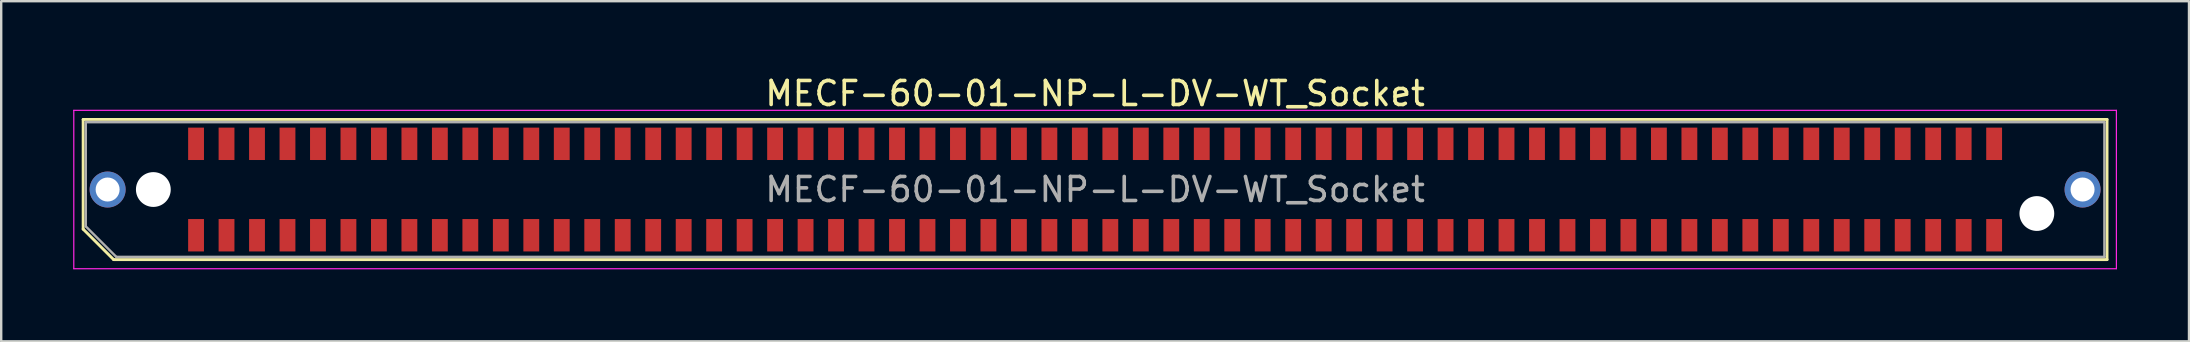
<source format=kicad_pcb>
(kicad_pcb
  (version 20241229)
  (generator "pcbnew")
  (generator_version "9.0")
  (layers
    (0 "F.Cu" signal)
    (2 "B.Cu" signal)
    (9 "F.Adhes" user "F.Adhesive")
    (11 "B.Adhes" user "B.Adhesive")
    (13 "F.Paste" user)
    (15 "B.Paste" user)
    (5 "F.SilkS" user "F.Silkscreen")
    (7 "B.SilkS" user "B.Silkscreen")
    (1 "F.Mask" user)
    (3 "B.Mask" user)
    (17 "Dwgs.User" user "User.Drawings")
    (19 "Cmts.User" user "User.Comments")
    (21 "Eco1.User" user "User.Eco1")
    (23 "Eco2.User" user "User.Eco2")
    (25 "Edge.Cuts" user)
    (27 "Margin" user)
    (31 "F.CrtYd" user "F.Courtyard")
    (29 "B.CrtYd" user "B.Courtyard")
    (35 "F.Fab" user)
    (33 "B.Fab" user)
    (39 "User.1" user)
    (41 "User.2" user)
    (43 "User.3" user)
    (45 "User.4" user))
  (footprint "MECF-60-01-NP-L-DV-WT_Socket"
    (layer "F.Cu")
    (at 42.585 4.848)
    (property "Reference" "MECF-60-01-NP-L-DV-WT_Socket" (at 0 -4 0) (layer "F.SilkS") (effects (font (size 1 1) (thickness 0.15))))
    (attr smd)
    (fp_line (start -42.17 -2.92) (end 42.17 -2.92) (stroke (width 0.12) (type solid)) (layer "F.SilkS"))
    (fp_line (start -42.17 1.65) (end -42.17 -2.92) (stroke (width 0.12) (type solid)) (layer "F.SilkS"))
    (fp_line (start -40.9 2.92) (end -42.17 1.65) (stroke (width 0.12) (type solid)) (layer "F.SilkS"))
    (fp_line (start -40.9 2.92) (end 42.17 2.92) (stroke (width 0.12) (type solid)) (layer "F.SilkS"))
    (fp_line (start 42.17 2.92) (end 42.17 -2.92) (stroke (width 0.12) (type solid)) (layer "F.SilkS"))
    (fp_line (start -42.56 -3.3) (end -42.56 3.3) (stroke (width 0.05) (type solid)) (layer "F.CrtYd"))
    (fp_line (start -42.56 3.3) (end 42.56 3.3) (stroke (width 0.05) (type solid)) (layer "F.CrtYd"))
    (fp_line (start 42.56 -3.3) (end -42.56 -3.3) (stroke (width 0.05) (type solid)) (layer "F.CrtYd"))
    (fp_line (start 42.56 3.3) (end 42.56 -3.3) (stroke (width 0.05) (type solid)) (layer "F.CrtYd"))
    (fp_line (start -42.06 -2.805) (end 42.06 -2.805) (stroke (width 0.1) (type solid)) (layer "F.Fab"))
    (fp_line (start -42.06 1.535) (end -42.06 -2.805) (stroke (width 0.1) (type solid)) (layer "F.Fab"))
    (fp_line (start -42.06 1.535) (end -40.79 2.805) (stroke (width 0.1) (type solid)) (layer "F.Fab"))
    (fp_line (start -40.79 2.805) (end 42.06 2.805) (stroke (width 0.1) (type solid)) (layer "F.Fab"))
    (fp_line (start 42.06 2.805) (end 42.06 -2.805) (stroke (width 0.1) (type solid)) (layer "F.Fab"))
    (fp_text user "${REFERENCE}" (at 0 0 0) (layer "F.Fab") (effects (font (size 1 1) (thickness 0.15))))
    (pad "" thru_hole circle (at -41.15 0) (size 1.5 1.5) (drill 1) (layers "*.Cu" "*.Mask"))
    (pad "" np_thru_hole circle (at -39.245 0) (size 1.45 1.45) (drill 1.45) (layers "*.Cu" "*.Mask"))
    (pad "" np_thru_hole circle (at 39.245 1) (size 1.45 1.45) (drill 1.45) (layers "*.Cu" "*.Mask"))
    (pad "" thru_hole circle (at 41.15 0) (size 1.5 1.5) (drill 1) (layers "*.Cu" "*.Mask"))
    (pad "1" smd rect (at -37.465 1.905) (size 0.66 1.35) (layers "F.Cu" "F.Mask" "F.Paste"))
    (pad "2" smd rect (at -37.465 -1.905) (size 0.66 1.35) (layers "F.Cu" "F.Mask" "F.Paste"))
    (pad "3" smd rect (at -36.195 1.905) (size 0.66 1.35) (layers "F.Cu" "F.Mask" "F.Paste"))
    (pad "4" smd rect (at -36.195 -1.905) (size 0.66 1.35) (layers "F.Cu" "F.Mask" "F.Paste"))
    (pad "5" smd rect (at -34.925 1.905) (size 0.66 1.35) (layers "F.Cu" "F.Mask" "F.Paste"))
    (pad "6" smd rect (at -34.925 -1.905) (size 0.66 1.35) (layers "F.Cu" "F.Mask" "F.Paste"))
    (pad "7" smd rect (at -33.655 1.905) (size 0.66 1.35) (layers "F.Cu" "F.Mask" "F.Paste"))
    (pad "8" smd rect (at -33.655 -1.905) (size 0.66 1.35) (layers "F.Cu" "F.Mask" "F.Paste"))
    (pad "9" smd rect (at -32.385 1.905) (size 0.66 1.35) (layers "F.Cu" "F.Mask" "F.Paste"))
    (pad "10" smd rect (at -32.385 -1.905) (size 0.66 1.35) (layers "F.Cu" "F.Mask" "F.Paste"))
    (pad "11" smd rect (at -31.115 1.905) (size 0.66 1.35) (layers "F.Cu" "F.Mask" "F.Paste"))
    (pad "12" smd rect (at -31.115 -1.905) (size 0.66 1.35) (layers "F.Cu" "F.Mask" "F.Paste"))
    (pad "13" smd rect (at -29.845 1.905) (size 0.66 1.35) (layers "F.Cu" "F.Mask" "F.Paste"))
    (pad "14" smd rect (at -29.845 -1.905) (size 0.66 1.35) (layers "F.Cu" "F.Mask" "F.Paste"))
    (pad "15" smd rect (at -28.575 1.905) (size 0.66 1.35) (layers "F.Cu" "F.Mask" "F.Paste"))
    (pad "16" smd rect (at -28.575 -1.905) (size 0.66 1.35) (layers "F.Cu" "F.Mask" "F.Paste"))
    (pad "17" smd rect (at -27.305 1.905) (size 0.66 1.35) (layers "F.Cu" "F.Mask" "F.Paste"))
    (pad "18" smd rect (at -27.305 -1.905) (size 0.66 1.35) (layers "F.Cu" "F.Mask" "F.Paste"))
    (pad "19" smd rect (at -26.035 1.905) (size 0.66 1.35) (layers "F.Cu" "F.Mask" "F.Paste"))
    (pad "20" smd rect (at -26.035 -1.905) (size 0.66 1.35) (layers "F.Cu" "F.Mask" "F.Paste"))
    (pad "21" smd rect (at -24.765 1.905) (size 0.66 1.35) (layers "F.Cu" "F.Mask" "F.Paste"))
    (pad "22" smd rect (at -24.765 -1.905) (size 0.66 1.35) (layers "F.Cu" "F.Mask" "F.Paste"))
    (pad "23" smd rect (at -23.495 1.905) (size 0.66 1.35) (layers "F.Cu" "F.Mask" "F.Paste"))
    (pad "24" smd rect (at -23.495 -1.905) (size 0.66 1.35) (layers "F.Cu" "F.Mask" "F.Paste"))
    (pad "25" smd rect (at -22.225 1.905) (size 0.66 1.35) (layers "F.Cu" "F.Mask" "F.Paste"))
    (pad "26" smd rect (at -22.225 -1.905) (size 0.66 1.35) (layers "F.Cu" "F.Mask" "F.Paste"))
    (pad "27" smd rect (at -20.955 1.905) (size 0.66 1.35) (layers "F.Cu" "F.Mask" "F.Paste"))
    (pad "28" smd rect (at -20.955 -1.905) (size 0.66 1.35) (layers "F.Cu" "F.Mask" "F.Paste"))
    (pad "29" smd rect (at -19.685 1.905) (size 0.66 1.35) (layers "F.Cu" "F.Mask" "F.Paste"))
    (pad "30" smd rect (at -19.685 -1.905) (size 0.66 1.35) (layers "F.Cu" "F.Mask" "F.Paste"))
    (pad "31" smd rect (at -18.415 1.905) (size 0.66 1.35) (layers "F.Cu" "F.Mask" "F.Paste"))
    (pad "32" smd rect (at -18.415 -1.905) (size 0.66 1.35) (layers "F.Cu" "F.Mask" "F.Paste"))
    (pad "33" smd rect (at -17.145 1.905) (size 0.66 1.35) (layers "F.Cu" "F.Mask" "F.Paste"))
    (pad "34" smd rect (at -17.145 -1.905) (size 0.66 1.35) (layers "F.Cu" "F.Mask" "F.Paste"))
    (pad "35" smd rect (at -15.875 1.905) (size 0.66 1.35) (layers "F.Cu" "F.Mask" "F.Paste"))
    (pad "36" smd rect (at -15.875 -1.905) (size 0.66 1.35) (layers "F.Cu" "F.Mask" "F.Paste"))
    (pad "37" smd rect (at -14.605 1.905) (size 0.66 1.35) (layers "F.Cu" "F.Mask" "F.Paste"))
    (pad "38" smd rect (at -14.605 -1.905) (size 0.66 1.35) (layers "F.Cu" "F.Mask" "F.Paste"))
    (pad "39" smd rect (at -13.335 1.905) (size 0.66 1.35) (layers "F.Cu" "F.Mask" "F.Paste"))
    (pad "40" smd rect (at -13.335 -1.905) (size 0.66 1.35) (layers "F.Cu" "F.Mask" "F.Paste"))
    (pad "41" smd rect (at -12.065 1.905) (size 0.66 1.35) (layers "F.Cu" "F.Mask" "F.Paste"))
    (pad "42" smd rect (at -12.065 -1.905) (size 0.66 1.35) (layers "F.Cu" "F.Mask" "F.Paste"))
    (pad "43" smd rect (at -10.795 1.905) (size 0.66 1.35) (layers "F.Cu" "F.Mask" "F.Paste"))
    (pad "44" smd rect (at -10.795 -1.905) (size 0.66 1.35) (layers "F.Cu" "F.Mask" "F.Paste"))
    (pad "45" smd rect (at -9.525 1.905) (size 0.66 1.35) (layers "F.Cu" "F.Mask" "F.Paste"))
    (pad "46" smd rect (at -9.525 -1.905) (size 0.66 1.35) (layers "F.Cu" "F.Mask" "F.Paste"))
    (pad "47" smd rect (at -8.255 1.905) (size 0.66 1.35) (layers "F.Cu" "F.Mask" "F.Paste"))
    (pad "48" smd rect (at -8.255 -1.905) (size 0.66 1.35) (layers "F.Cu" "F.Mask" "F.Paste"))
    (pad "49" smd rect (at -6.985 1.905) (size 0.66 1.35) (layers "F.Cu" "F.Mask" "F.Paste"))
    (pad "50" smd rect (at -6.985 -1.905) (size 0.66 1.35) (layers "F.Cu" "F.Mask" "F.Paste"))
    (pad "51" smd rect (at -5.715 1.905) (size 0.66 1.35) (layers "F.Cu" "F.Mask" "F.Paste"))
    (pad "52" smd rect (at -5.715 -1.905) (size 0.66 1.35) (layers "F.Cu" "F.Mask" "F.Paste"))
    (pad "53" smd rect (at -4.445 1.905) (size 0.66 1.35) (layers "F.Cu" "F.Mask" "F.Paste"))
    (pad "54" smd rect (at -4.445 -1.905) (size 0.66 1.35) (layers "F.Cu" "F.Mask" "F.Paste"))
    (pad "55" smd rect (at -3.175 1.905) (size 0.66 1.35) (layers "F.Cu" "F.Mask" "F.Paste"))
    (pad "56" smd rect (at -3.175 -1.905) (size 0.66 1.35) (layers "F.Cu" "F.Mask" "F.Paste"))
    (pad "57" smd rect (at -1.905 1.905) (size 0.66 1.35) (layers "F.Cu" "F.Mask" "F.Paste"))
    (pad "58" smd rect (at -1.905 -1.905) (size 0.66 1.35) (layers "F.Cu" "F.Mask" "F.Paste"))
    (pad "59" smd rect (at -0.635 1.905) (size 0.66 1.35) (layers "F.Cu" "F.Mask" "F.Paste"))
    (pad "60" smd rect (at -0.635 -1.905) (size 0.66 1.35) (layers "F.Cu" "F.Mask" "F.Paste"))
    (pad "61" smd rect (at 0.635 1.905) (size 0.66 1.35) (layers "F.Cu" "F.Mask" "F.Paste"))
    (pad "62" smd rect (at 0.635 -1.905) (size 0.66 1.35) (layers "F.Cu" "F.Mask" "F.Paste"))
    (pad "63" smd rect (at 1.905 1.905) (size 0.66 1.35) (layers "F.Cu" "F.Mask" "F.Paste"))
    (pad "64" smd rect (at 1.905 -1.905) (size 0.66 1.35) (layers "F.Cu" "F.Mask" "F.Paste"))
    (pad "65" smd rect (at 3.175 1.905) (size 0.66 1.35) (layers "F.Cu" "F.Mask" "F.Paste"))
    (pad "66" smd rect (at 3.175 -1.905) (size 0.66 1.35) (layers "F.Cu" "F.Mask" "F.Paste"))
    (pad "67" smd rect (at 4.445 1.905) (size 0.66 1.35) (layers "F.Cu" "F.Mask" "F.Paste"))
    (pad "68" smd rect (at 4.445 -1.905) (size 0.66 1.35) (layers "F.Cu" "F.Mask" "F.Paste"))
    (pad "69" smd rect (at 5.715 1.905) (size 0.66 1.35) (layers "F.Cu" "F.Mask" "F.Paste"))
    (pad "70" smd rect (at 5.715 -1.905) (size 0.66 1.35) (layers "F.Cu" "F.Mask" "F.Paste"))
    (pad "71" smd rect (at 6.985 1.905) (size 0.66 1.35) (layers "F.Cu" "F.Mask" "F.Paste"))
    (pad "72" smd rect (at 6.985 -1.905) (size 0.66 1.35) (layers "F.Cu" "F.Mask" "F.Paste"))
    (pad "73" smd rect (at 8.255 1.905) (size 0.66 1.35) (layers "F.Cu" "F.Mask" "F.Paste"))
    (pad "74" smd rect (at 8.255 -1.905) (size 0.66 1.35) (layers "F.Cu" "F.Mask" "F.Paste"))
    (pad "75" smd rect (at 9.525 1.905) (size 0.66 1.35) (layers "F.Cu" "F.Mask" "F.Paste"))
    (pad "76" smd rect (at 9.525 -1.905) (size 0.66 1.35) (layers "F.Cu" "F.Mask" "F.Paste"))
    (pad "77" smd rect (at 10.795 1.905) (size 0.66 1.35) (layers "F.Cu" "F.Mask" "F.Paste"))
    (pad "78" smd rect (at 10.795 -1.905) (size 0.66 1.35) (layers "F.Cu" "F.Mask" "F.Paste"))
    (pad "79" smd rect (at 12.065 1.905) (size 0.66 1.35) (layers "F.Cu" "F.Mask" "F.Paste"))
    (pad "80" smd rect (at 12.065 -1.905) (size 0.66 1.35) (layers "F.Cu" "F.Mask" "F.Paste"))
    (pad "81" smd rect (at 13.335 1.905) (size 0.66 1.35) (layers "F.Cu" "F.Mask" "F.Paste"))
    (pad "82" smd rect (at 13.335 -1.905) (size 0.66 1.35) (layers "F.Cu" "F.Mask" "F.Paste"))
    (pad "83" smd rect (at 14.605 1.905) (size 0.66 1.35) (layers "F.Cu" "F.Mask" "F.Paste"))
    (pad "84" smd rect (at 14.605 -1.905) (size 0.66 1.35) (layers "F.Cu" "F.Mask" "F.Paste"))
    (pad "85" smd rect (at 15.875 1.905) (size 0.66 1.35) (layers "F.Cu" "F.Mask" "F.Paste"))
    (pad "86" smd rect (at 15.875 -1.905) (size 0.66 1.35) (layers "F.Cu" "F.Mask" "F.Paste"))
    (pad "87" smd rect (at 17.145 1.905) (size 0.66 1.35) (layers "F.Cu" "F.Mask" "F.Paste"))
    (pad "88" smd rect (at 17.145 -1.905) (size 0.66 1.35) (layers "F.Cu" "F.Mask" "F.Paste"))
    (pad "89" smd rect (at 18.415 1.905) (size 0.66 1.35) (layers "F.Cu" "F.Mask" "F.Paste"))
    (pad "90" smd rect (at 18.415 -1.905) (size 0.66 1.35) (layers "F.Cu" "F.Mask" "F.Paste"))
    (pad "91" smd rect (at 19.685 1.905) (size 0.66 1.35) (layers "F.Cu" "F.Mask" "F.Paste"))
    (pad "92" smd rect (at 19.685 -1.905) (size 0.66 1.35) (layers "F.Cu" "F.Mask" "F.Paste"))
    (pad "93" smd rect (at 20.955 1.905) (size 0.66 1.35) (layers "F.Cu" "F.Mask" "F.Paste"))
    (pad "94" smd rect (at 20.955 -1.905) (size 0.66 1.35) (layers "F.Cu" "F.Mask" "F.Paste"))
    (pad "95" smd rect (at 22.225 1.905) (size 0.66 1.35) (layers "F.Cu" "F.Mask" "F.Paste"))
    (pad "96" smd rect (at 22.225 -1.905) (size 0.66 1.35) (layers "F.Cu" "F.Mask" "F.Paste"))
    (pad "97" smd rect (at 23.495 1.905) (size 0.66 1.35) (layers "F.Cu" "F.Mask" "F.Paste"))
    (pad "98" smd rect (at 23.495 -1.905) (size 0.66 1.35) (layers "F.Cu" "F.Mask" "F.Paste"))
    (pad "99" smd rect (at 24.765 1.905) (size 0.66 1.35) (layers "F.Cu" "F.Mask" "F.Paste"))
    (pad "100" smd rect (at 24.765 -1.905) (size 0.66 1.35) (layers "F.Cu" "F.Mask" "F.Paste"))
    (pad "101" smd rect (at 26.035 1.905) (size 0.66 1.35) (layers "F.Cu" "F.Mask" "F.Paste"))
    (pad "102" smd rect (at 26.035 -1.905) (size 0.66 1.35) (layers "F.Cu" "F.Mask" "F.Paste"))
    (pad "103" smd rect (at 27.305 1.905) (size 0.66 1.35) (layers "F.Cu" "F.Mask" "F.Paste"))
    (pad "104" smd rect (at 27.305 -1.905) (size 0.66 1.35) (layers "F.Cu" "F.Mask" "F.Paste"))
    (pad "105" smd rect (at 28.575 1.905) (size 0.66 1.35) (layers "F.Cu" "F.Mask" "F.Paste"))
    (pad "106" smd rect (at 28.575 -1.905) (size 0.66 1.35) (layers "F.Cu" "F.Mask" "F.Paste"))
    (pad "107" smd rect (at 29.845 1.905) (size 0.66 1.35) (layers "F.Cu" "F.Mask" "F.Paste"))
    (pad "108" smd rect (at 29.845 -1.905) (size 0.66 1.35) (layers "F.Cu" "F.Mask" "F.Paste"))
    (pad "109" smd rect (at 31.115 1.905) (size 0.66 1.35) (layers "F.Cu" "F.Mask" "F.Paste"))
    (pad "110" smd rect (at 31.115 -1.905) (size 0.66 1.35) (layers "F.Cu" "F.Mask" "F.Paste"))
    (pad "111" smd rect (at 32.385 1.905) (size 0.66 1.35) (layers "F.Cu" "F.Mask" "F.Paste"))
    (pad "112" smd rect (at 32.385 -1.905) (size 0.66 1.35) (layers "F.Cu" "F.Mask" "F.Paste"))
    (pad "113" smd rect (at 33.655 1.905) (size 0.66 1.35) (layers "F.Cu" "F.Mask" "F.Paste"))
    (pad "114" smd rect (at 33.655 -1.905) (size 0.66 1.35) (layers "F.Cu" "F.Mask" "F.Paste"))
    (pad "115" smd rect (at 34.925 1.905) (size 0.66 1.35) (layers "F.Cu" "F.Mask" "F.Paste"))
    (pad "116" smd rect (at 34.925 -1.905) (size 0.66 1.35) (layers "F.Cu" "F.Mask" "F.Paste"))
    (pad "117" smd rect (at 36.195 1.905) (size 0.66 1.35) (layers "F.Cu" "F.Mask" "F.Paste"))
    (pad "118" smd rect (at 36.195 -1.905) (size 0.66 1.35) (layers "F.Cu" "F.Mask" "F.Paste"))
    (pad "119" smd rect (at 37.465 1.905) (size 0.66 1.35) (layers "F.Cu" "F.Mask" "F.Paste"))
    (pad "120" smd rect (at 37.465 -1.905) (size 0.66 1.35) (layers "F.Cu" "F.Mask" "F.Paste")))
  (gr_rect
    (start -3 -3)
    (end 88.17 11.173)
    (stroke (width 0.1) (type default))
    (fill no)
    (layer "Edge.Cuts")))
</source>
